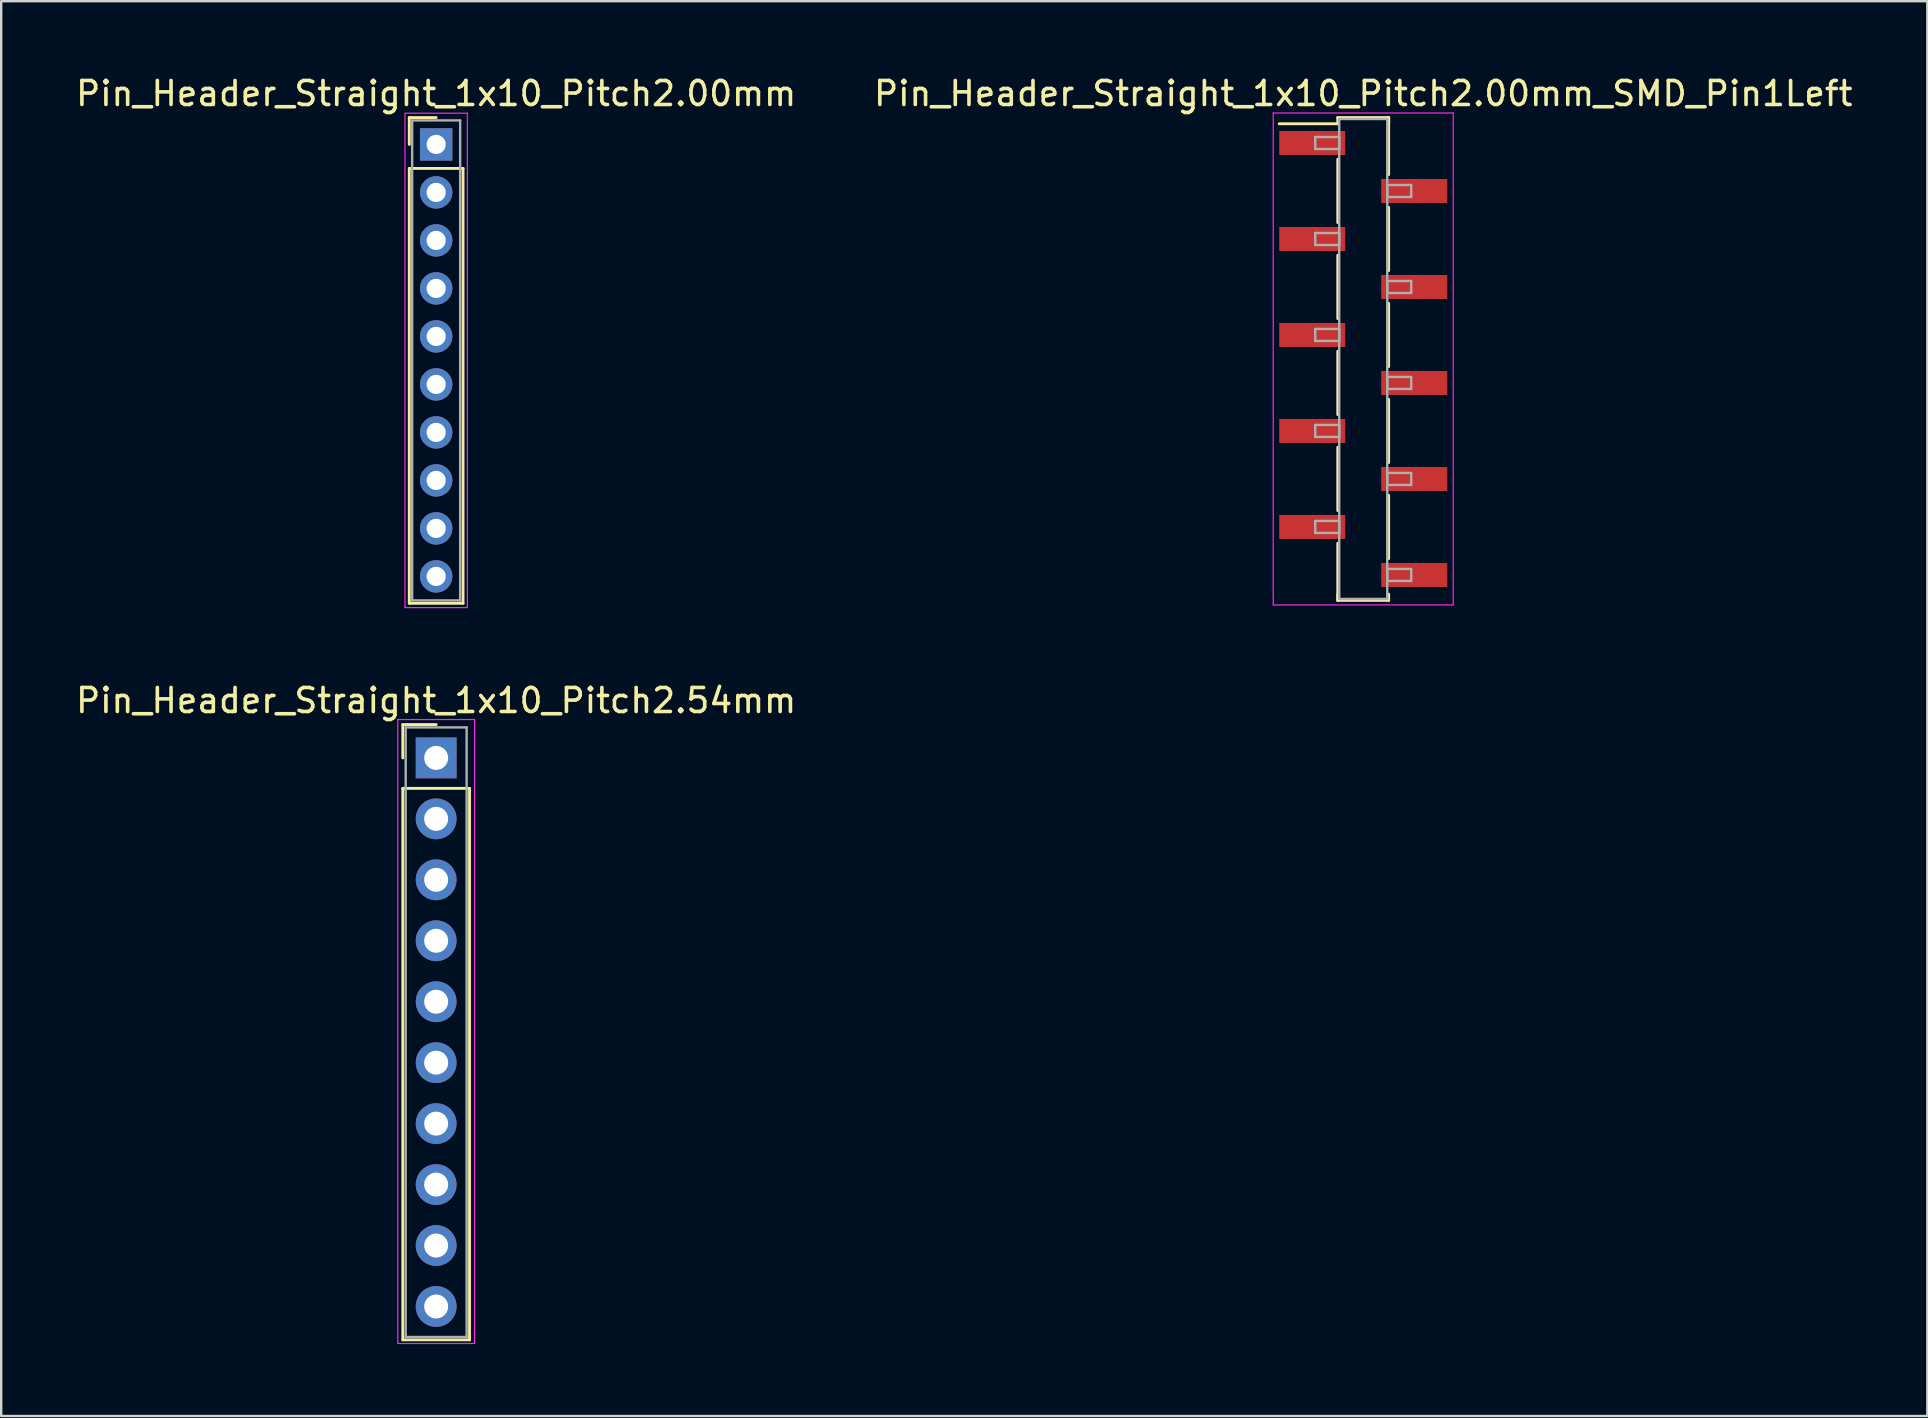
<source format=kicad_pcb>
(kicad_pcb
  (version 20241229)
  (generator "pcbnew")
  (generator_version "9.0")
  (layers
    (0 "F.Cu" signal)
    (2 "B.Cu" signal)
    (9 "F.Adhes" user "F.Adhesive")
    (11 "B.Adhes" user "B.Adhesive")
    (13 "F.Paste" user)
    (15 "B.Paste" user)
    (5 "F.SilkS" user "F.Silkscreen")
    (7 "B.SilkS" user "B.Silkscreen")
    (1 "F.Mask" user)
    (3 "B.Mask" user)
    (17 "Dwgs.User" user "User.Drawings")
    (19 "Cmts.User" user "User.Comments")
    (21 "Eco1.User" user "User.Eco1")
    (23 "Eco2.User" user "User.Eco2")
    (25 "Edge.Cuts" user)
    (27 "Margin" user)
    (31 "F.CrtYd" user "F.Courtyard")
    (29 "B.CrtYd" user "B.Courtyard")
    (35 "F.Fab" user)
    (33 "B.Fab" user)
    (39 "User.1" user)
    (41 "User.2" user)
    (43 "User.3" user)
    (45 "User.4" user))
  (footprint "Pin_Header_Straight_1x10_Pitch2.00mm"
    (layer "F.Cu")
    (at 15.125 2.968)
    (property "Reference" "Pin_Header_Straight_1x10_Pitch2.00mm" (at 0 -2.12 0) (layer "F.SilkS") (effects (font (size 1 1) (thickness 0.15))))
    (attr through_hole)
    (fp_line (start -1.12 -1.12) (end 0 -1.12) (stroke (width 0.12) (type solid)) (layer "F.SilkS"))
    (fp_line (start -1.12 0) (end -1.12 -1.12) (stroke (width 0.12) (type solid)) (layer "F.SilkS"))
    (fp_line (start -1.12 1) (end -1.12 19.12) (stroke (width 0.12) (type solid)) (layer "F.SilkS"))
    (fp_line (start -1.12 19.12) (end 1.12 19.12) (stroke (width 0.12) (type solid)) (layer "F.SilkS"))
    (fp_line (start 1.12 1) (end -1.12 1) (stroke (width 0.12) (type solid)) (layer "F.SilkS"))
    (fp_line (start 1.12 19.12) (end 1.12 1) (stroke (width 0.12) (type solid)) (layer "F.SilkS"))
    (fp_line (start -1.3 -1.3) (end -1.3 19.3) (stroke (width 0.05) (type solid)) (layer "F.CrtYd"))
    (fp_line (start -1.3 19.3) (end 1.3 19.3) (stroke (width 0.05) (type solid)) (layer "F.CrtYd"))
    (fp_line (start 1.3 -1.3) (end -1.3 -1.3) (stroke (width 0.05) (type solid)) (layer "F.CrtYd"))
    (fp_line (start 1.3 19.3) (end 1.3 -1.3) (stroke (width 0.05) (type solid)) (layer "F.CrtYd"))
    (fp_line (start -1 -1) (end -1 19) (stroke (width 0.1) (type solid)) (layer "F.Fab"))
    (fp_line (start -1 19) (end 1 19) (stroke (width 0.1) (type solid)) (layer "F.Fab"))
    (fp_line (start 1 -1) (end -1 -1) (stroke (width 0.1) (type solid)) (layer "F.Fab"))
    (fp_line (start 1 19) (end 1 -1) (stroke (width 0.1) (type solid)) (layer "F.Fab"))
    (pad "1" thru_hole rect (at 0 0) (size 1.35 1.35) (drill 0.8) (layers "*.Cu" "*.Mask"))
    (pad "2" thru_hole oval (at 0 2) (size 1.35 1.35) (drill 0.8) (layers "*.Cu" "*.Mask"))
    (pad "3" thru_hole oval (at 0 4) (size 1.35 1.35) (drill 0.8) (layers "*.Cu" "*.Mask"))
    (pad "4" thru_hole oval (at 0 6) (size 1.35 1.35) (drill 0.8) (layers "*.Cu" "*.Mask"))
    (pad "5" thru_hole oval (at 0 8) (size 1.35 1.35) (drill 0.8) (layers "*.Cu" "*.Mask"))
    (pad "6" thru_hole oval (at 0 10) (size 1.35 1.35) (drill 0.8) (layers "*.Cu" "*.Mask"))
    (pad "7" thru_hole oval (at 0 12) (size 1.35 1.35) (drill 0.8) (layers "*.Cu" "*.Mask"))
    (pad "8" thru_hole oval (at 0 14) (size 1.35 1.35) (drill 0.8) (layers "*.Cu" "*.Mask"))
    (pad "9" thru_hole oval (at 0 16) (size 1.35 1.35) (drill 0.8) (layers "*.Cu" "*.Mask"))
    (pad "10" thru_hole oval (at 0 18) (size 1.35 1.35) (drill 0.8) (layers "*.Cu" "*.Mask")))
  (footprint "Pin_Header_Straight_1x10_Pitch2.00mm_SMD_Pin1Left"
    (layer "F.Cu")
    (at 53.756 11.908)
    (property "Reference" "Pin_Header_Straight_1x10_Pitch2.00mm_SMD_Pin1Left" (at 0 -11.06 0) (layer "F.SilkS") (effects (font (size 1 1) (thickness 0.15))))
    (attr smd)
    (fp_line (start -1.06 -10.06) (end 1.06 -10.06) (stroke (width 0.12) (type solid)) (layer "F.SilkS"))
    (fp_line (start -1.06 -9.8) (end -3.5 -9.8) (stroke (width 0.12) (type solid)) (layer "F.SilkS"))
    (fp_line (start -1.06 -9.8) (end -1.06 -10.06) (stroke (width 0.12) (type solid)) (layer "F.SilkS"))
    (fp_line (start -1.06 -8.32) (end -1.06 -5.68) (stroke (width 0.12) (type solid)) (layer "F.SilkS"))
    (fp_line (start -1.06 -4.32) (end -1.06 -1.68) (stroke (width 0.12) (type solid)) (layer "F.SilkS"))
    (fp_line (start -1.06 -0.32) (end -1.06 2.32) (stroke (width 0.12) (type solid)) (layer "F.SilkS"))
    (fp_line (start -1.06 3.68) (end -1.06 6.32) (stroke (width 0.12) (type solid)) (layer "F.SilkS"))
    (fp_line (start -1.06 7.68) (end -1.06 10.06) (stroke (width 0.12) (type solid)) (layer "F.SilkS"))
    (fp_line (start -1.06 9.8) (end -1.06 10.06) (stroke (width 0.12) (type solid)) (layer "F.SilkS"))
    (fp_line (start -1.06 10.06) (end 1.06 10.06) (stroke (width 0.12) (type solid)) (layer "F.SilkS"))
    (fp_line (start 1.06 -10.06) (end 1.06 -9.8) (stroke (width 0.12) (type solid)) (layer "F.SilkS"))
    (fp_line (start 1.06 -10.06) (end 1.06 -7.68) (stroke (width 0.12) (type solid)) (layer "F.SilkS"))
    (fp_line (start 1.06 -6.32) (end 1.06 -3.68) (stroke (width 0.12) (type solid)) (layer "F.SilkS"))
    (fp_line (start 1.06 -2.32) (end 1.06 0.32) (stroke (width 0.12) (type solid)) (layer "F.SilkS"))
    (fp_line (start 1.06 1.68) (end 1.06 4.32) (stroke (width 0.12) (type solid)) (layer "F.SilkS"))
    (fp_line (start 1.06 5.68) (end 1.06 8.32) (stroke (width 0.12) (type solid)) (layer "F.SilkS"))
    (fp_line (start 1.06 10.06) (end 1.06 9.8) (stroke (width 0.12) (type solid)) (layer "F.SilkS"))
    (fp_line (start -3.75 -10.25) (end -3.75 10.25) (stroke (width 0.05) (type solid)) (layer "F.CrtYd"))
    (fp_line (start -3.75 10.25) (end 3.75 10.25) (stroke (width 0.05) (type solid)) (layer "F.CrtYd"))
    (fp_line (start 3.75 -10.25) (end -3.75 -10.25) (stroke (width 0.05) (type solid)) (layer "F.CrtYd"))
    (fp_line (start 3.75 10.25) (end 3.75 -10.25) (stroke (width 0.05) (type solid)) (layer "F.CrtYd"))
    (fp_line (start -2 -9.25) (end -1 -9.25) (stroke (width 0.1) (type solid)) (layer "F.Fab"))
    (fp_line (start -2 -8.75) (end -2 -9.25) (stroke (width 0.1) (type solid)) (layer "F.Fab"))
    (fp_line (start -2 -5.25) (end -1 -5.25) (stroke (width 0.1) (type solid)) (layer "F.Fab"))
    (fp_line (start -2 -4.75) (end -2 -5.25) (stroke (width 0.1) (type solid)) (layer "F.Fab"))
    (fp_line (start -2 -1.25) (end -1 -1.25) (stroke (width 0.1) (type solid)) (layer "F.Fab"))
    (fp_line (start -2 -0.75) (end -2 -1.25) (stroke (width 0.1) (type solid)) (layer "F.Fab"))
    (fp_line (start -2 2.75) (end -1 2.75) (stroke (width 0.1) (type solid)) (layer "F.Fab"))
    (fp_line (start -2 3.25) (end -2 2.75) (stroke (width 0.1) (type solid)) (layer "F.Fab"))
    (fp_line (start -2 6.75) (end -1 6.75) (stroke (width 0.1) (type solid)) (layer "F.Fab"))
    (fp_line (start -2 7.25) (end -2 6.75) (stroke (width 0.1) (type solid)) (layer "F.Fab"))
    (fp_line (start -1 -10) (end -1 10) (stroke (width 0.1) (type solid)) (layer "F.Fab"))
    (fp_line (start -1 -9.25) (end -1 -8.75) (stroke (width 0.1) (type solid)) (layer "F.Fab"))
    (fp_line (start -1 -8.75) (end -2 -8.75) (stroke (width 0.1) (type solid)) (layer "F.Fab"))
    (fp_line (start -1 -5.25) (end -1 -4.75) (stroke (width 0.1) (type solid)) (layer "F.Fab"))
    (fp_line (start -1 -4.75) (end -2 -4.75) (stroke (width 0.1) (type solid)) (layer "F.Fab"))
    (fp_line (start -1 -1.25) (end -1 -0.75) (stroke (width 0.1) (type solid)) (layer "F.Fab"))
    (fp_line (start -1 -0.75) (end -2 -0.75) (stroke (width 0.1) (type solid)) (layer "F.Fab"))
    (fp_line (start -1 2.75) (end -1 3.25) (stroke (width 0.1) (type solid)) (layer "F.Fab"))
    (fp_line (start -1 3.25) (end -2 3.25) (stroke (width 0.1) (type solid)) (layer "F.Fab"))
    (fp_line (start -1 6.75) (end -1 7.25) (stroke (width 0.1) (type solid)) (layer "F.Fab"))
    (fp_line (start -1 7.25) (end -2 7.25) (stroke (width 0.1) (type solid)) (layer "F.Fab"))
    (fp_line (start -1 10) (end 1 10) (stroke (width 0.1) (type solid)) (layer "F.Fab"))
    (fp_line (start 1 -10) (end -1 -10) (stroke (width 0.1) (type solid)) (layer "F.Fab"))
    (fp_line (start 1 -7.25) (end 1 -6.75) (stroke (width 0.1) (type solid)) (layer "F.Fab"))
    (fp_line (start 1 -6.75) (end 2 -6.75) (stroke (width 0.1) (type solid)) (layer "F.Fab"))
    (fp_line (start 1 -3.25) (end 1 -2.75) (stroke (width 0.1) (type solid)) (layer "F.Fab"))
    (fp_line (start 1 -2.75) (end 2 -2.75) (stroke (width 0.1) (type solid)) (layer "F.Fab"))
    (fp_line (start 1 0.75) (end 1 1.25) (stroke (width 0.1) (type solid)) (layer "F.Fab"))
    (fp_line (start 1 1.25) (end 2 1.25) (stroke (width 0.1) (type solid)) (layer "F.Fab"))
    (fp_line (start 1 4.75) (end 1 5.25) (stroke (width 0.1) (type solid)) (layer "F.Fab"))
    (fp_line (start 1 5.25) (end 2 5.25) (stroke (width 0.1) (type solid)) (layer "F.Fab"))
    (fp_line (start 1 8.75) (end 1 9.25) (stroke (width 0.1) (type solid)) (layer "F.Fab"))
    (fp_line (start 1 9.25) (end 2 9.25) (stroke (width 0.1) (type solid)) (layer "F.Fab"))
    (fp_line (start 1 10) (end 1 -10) (stroke (width 0.1) (type solid)) (layer "F.Fab"))
    (fp_line (start 2 -7.25) (end 1 -7.25) (stroke (width 0.1) (type solid)) (layer "F.Fab"))
    (fp_line (start 2 -6.75) (end 2 -7.25) (stroke (width 0.1) (type solid)) (layer "F.Fab"))
    (fp_line (start 2 -3.25) (end 1 -3.25) (stroke (width 0.1) (type solid)) (layer "F.Fab"))
    (fp_line (start 2 -2.75) (end 2 -3.25) (stroke (width 0.1) (type solid)) (layer "F.Fab"))
    (fp_line (start 2 0.75) (end 1 0.75) (stroke (width 0.1) (type solid)) (layer "F.Fab"))
    (fp_line (start 2 1.25) (end 2 0.75) (stroke (width 0.1) (type solid)) (layer "F.Fab"))
    (fp_line (start 2 4.75) (end 1 4.75) (stroke (width 0.1) (type solid)) (layer "F.Fab"))
    (fp_line (start 2 5.25) (end 2 4.75) (stroke (width 0.1) (type solid)) (layer "F.Fab"))
    (fp_line (start 2 8.75) (end 1 8.75) (stroke (width 0.1) (type solid)) (layer "F.Fab"))
    (fp_line (start 2 9.25) (end 2 8.75) (stroke (width 0.1) (type solid)) (layer "F.Fab"))
    (pad "1" smd rect (at -2.125 -9) (size 2.75 1) (layers "F.Cu" "F.Mask"))
    (pad "2" smd rect (at 2.125 -7) (size 2.75 1) (layers "F.Cu" "F.Mask"))
    (pad "3" smd rect (at -2.125 -5) (size 2.75 1) (layers "F.Cu" "F.Mask"))
    (pad "4" smd rect (at 2.125 -3) (size 2.75 1) (layers "F.Cu" "F.Mask"))
    (pad "5" smd rect (at -2.125 -1) (size 2.75 1) (layers "F.Cu" "F.Mask"))
    (pad "6" smd rect (at 2.125 1) (size 2.75 1) (layers "F.Cu" "F.Mask"))
    (pad "7" smd rect (at -2.125 3) (size 2.75 1) (layers "F.Cu" "F.Mask"))
    (pad "8" smd rect (at 2.125 5) (size 2.75 1) (layers "F.Cu" "F.Mask"))
    (pad "9" smd rect (at -2.125 7) (size 2.75 1) (layers "F.Cu" "F.Mask"))
    (pad "10" smd rect (at 2.125 9) (size 2.75 1) (layers "F.Cu" "F.Mask")))
  (footprint "Pin_Header_Straight_1x10_Pitch2.54mm"
    (layer "F.Cu")
    (at 15.125 28.532)
    (property "Reference" "Pin_Header_Straight_1x10_Pitch2.54mm" (at 0 -2.39 0) (layer "F.SilkS") (effects (font (size 1 1) (thickness 0.15))))
    (attr through_hole)
    (fp_line (start -1.39 -1.39) (end 0 -1.39) (stroke (width 0.12) (type solid)) (layer "F.SilkS"))
    (fp_line (start -1.39 0) (end -1.39 -1.39) (stroke (width 0.12) (type solid)) (layer "F.SilkS"))
    (fp_line (start -1.39 1.27) (end -1.39 24.25) (stroke (width 0.12) (type solid)) (layer "F.SilkS"))
    (fp_line (start -1.39 24.25) (end 1.39 24.25) (stroke (width 0.12) (type solid)) (layer "F.SilkS"))
    (fp_line (start 1.39 1.27) (end -1.39 1.27) (stroke (width 0.12) (type solid)) (layer "F.SilkS"))
    (fp_line (start 1.39 24.25) (end 1.39 1.27) (stroke (width 0.12) (type solid)) (layer "F.SilkS"))
    (fp_line (start -1.6 -1.6) (end -1.6 24.4) (stroke (width 0.05) (type solid)) (layer "F.CrtYd"))
    (fp_line (start -1.6 24.4) (end 1.6 24.4) (stroke (width 0.05) (type solid)) (layer "F.CrtYd"))
    (fp_line (start 1.6 -1.6) (end -1.6 -1.6) (stroke (width 0.05) (type solid)) (layer "F.CrtYd"))
    (fp_line (start 1.6 24.4) (end 1.6 -1.6) (stroke (width 0.05) (type solid)) (layer "F.CrtYd"))
    (fp_line (start -1.27 -1.27) (end -1.27 24.13) (stroke (width 0.1) (type solid)) (layer "F.Fab"))
    (fp_line (start -1.27 24.13) (end 1.27 24.13) (stroke (width 0.1) (type solid)) (layer "F.Fab"))
    (fp_line (start 1.27 -1.27) (end -1.27 -1.27) (stroke (width 0.1) (type solid)) (layer "F.Fab"))
    (fp_line (start 1.27 24.13) (end 1.27 -1.27) (stroke (width 0.1) (type solid)) (layer "F.Fab"))
    (pad "1" thru_hole rect (at 0 0) (size 1.7 1.7) (drill 1) (layers "*.Cu" "*.Mask"))
    (pad "2" thru_hole oval (at 0 2.54) (size 1.7 1.7) (drill 1) (layers "*.Cu" "*.Mask"))
    (pad "3" thru_hole oval (at 0 5.08) (size 1.7 1.7) (drill 1) (layers "*.Cu" "*.Mask"))
    (pad "4" thru_hole oval (at 0 7.62) (size 1.7 1.7) (drill 1) (layers "*.Cu" "*.Mask"))
    (pad "5" thru_hole oval (at 0 10.16) (size 1.7 1.7) (drill 1) (layers "*.Cu" "*.Mask"))
    (pad "6" thru_hole oval (at 0 12.7) (size 1.7 1.7) (drill 1) (layers "*.Cu" "*.Mask"))
    (pad "7" thru_hole oval (at 0 15.24) (size 1.7 1.7) (drill 1) (layers "*.Cu" "*.Mask"))
    (pad "8" thru_hole oval (at 0 17.78) (size 1.7 1.7) (drill 1) (layers "*.Cu" "*.Mask"))
    (pad "9" thru_hole oval (at 0 20.32) (size 1.7 1.7) (drill 1) (layers "*.Cu" "*.Mask"))
    (pad "10" thru_hole oval (at 0 22.86) (size 1.7 1.7) (drill 1) (layers "*.Cu" "*.Mask")))
  (gr_rect
    (start -3 -3)
    (end 77.262 55.956)
    (stroke (width 0.1) (type default))
    (fill no)
    (layer "Edge.Cuts")))
</source>
